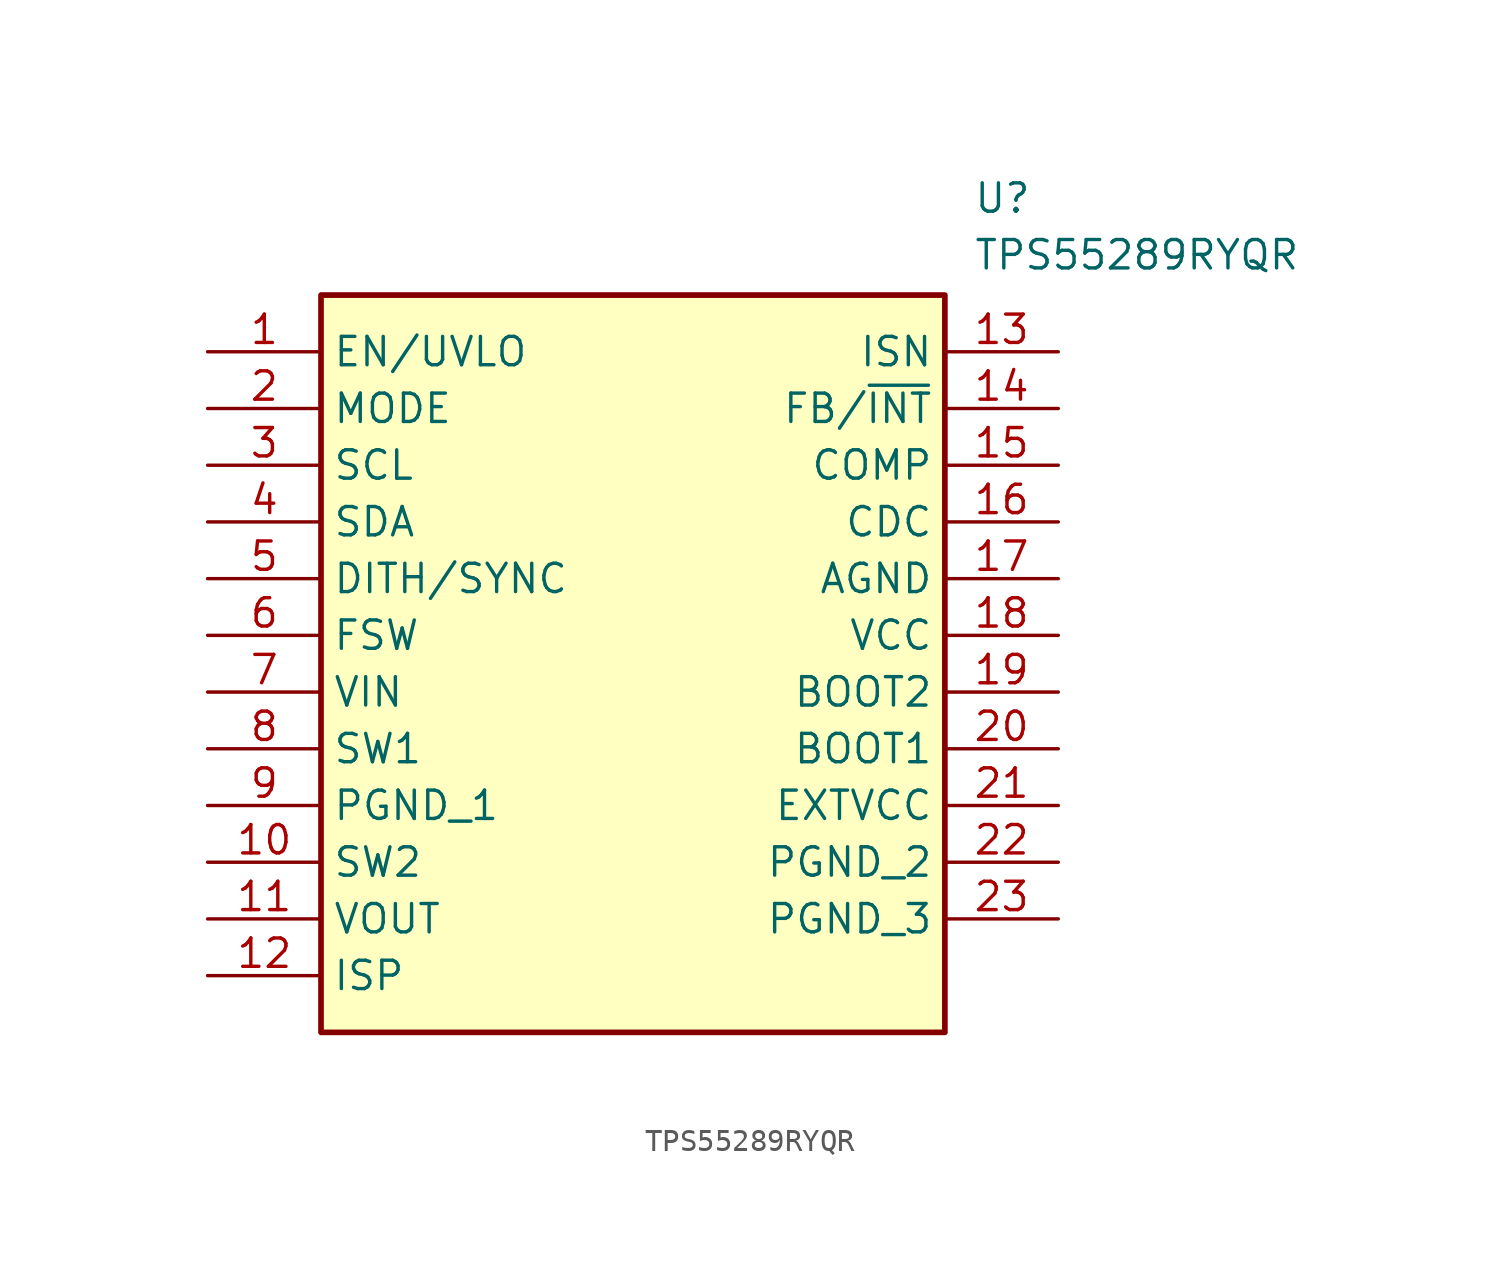
<source format=kicad_sym>
(kicad_symbol_lib
  (version 20241209)
  (generator "kicad_symbol_editor")
  (generator_version "9.0")
  (symbol "TPS55289RYQR"
    (property "Reference" "U"
      (at 34.29 7.62 0)
      (effects (font (size 1.27 1.27)) (justify left top)))
    (property "Value" "TPS55289RYQR"
      (at 34.29 5.08 0)
      (effects (font (size 1.27 1.27)) (justify left top)))
    (symbol "TPS55289RYQR_1_1"
      (rectangle (start 5.08 2.54) (end 33.02 -30.48) (stroke (width 0.254) (type default)) (fill (type background)))
      (pin passive line (at 0 0 0) (length 5.08) (name "EN/UVLO" (effects (font (size 1.27 1.27)))) (number "1" (effects (font (size 1.27 1.27)))))
      (pin passive line (at 0 -2.54 0) (length 5.08) (name "MODE" (effects (font (size 1.27 1.27)))) (number "2" (effects (font (size 1.27 1.27)))))
      (pin passive line (at 0 -5.08 0) (length 5.08) (name "SCL" (effects (font (size 1.27 1.27)))) (number "3" (effects (font (size 1.27 1.27)))))
      (pin passive line (at 0 -7.62 0) (length 5.08) (name "SDA" (effects (font (size 1.27 1.27)))) (number "4" (effects (font (size 1.27 1.27)))))
      (pin passive line (at 0 -10.16 0) (length 5.08) (name "DITH/SYNC" (effects (font (size 1.27 1.27)))) (number "5" (effects (font (size 1.27 1.27)))))
      (pin passive line (at 0 -12.7 0) (length 5.08) (name "FSW" (effects (font (size 1.27 1.27)))) (number "6" (effects (font (size 1.27 1.27)))))
      (pin passive line (at 0 -15.24 0) (length 5.08) (name "VIN" (effects (font (size 1.27 1.27)))) (number "7" (effects (font (size 1.27 1.27)))))
      (pin passive line (at 0 -17.78 0) (length 5.08) (name "SW1" (effects (font (size 1.27 1.27)))) (number "8" (effects (font (size 1.27 1.27)))))
      (pin passive line (at 0 -20.32 0) (length 5.08) (name "PGND_1" (effects (font (size 1.27 1.27)))) (number "9" (effects (font (size 1.27 1.27)))))
      (pin passive line (at 0 -22.86 0) (length 5.08) (name "SW2" (effects (font (size 1.27 1.27)))) (number "10" (effects (font (size 1.27 1.27)))))
      (pin passive line (at 0 -25.4 0) (length 5.08) (name "VOUT" (effects (font (size 1.27 1.27)))) (number "11" (effects (font (size 1.27 1.27)))))
      (pin passive line (at 0 -27.94 0) (length 5.08) (name "ISP" (effects (font (size 1.27 1.27)))) (number "12" (effects (font (size 1.27 1.27)))))
      (pin passive line (at 38.1 0 180) (length 5.08) (name "ISN" (effects (font (size 1.27 1.27)))) (number "13" (effects (font (size 1.27 1.27)))))
      (pin passive line (at 38.1 -2.54 180) (length 5.08) (name "FB/~{INT}" (effects (font (size 1.27 1.27)))) (number "14" (effects (font (size 1.27 1.27)))))
      (pin passive line (at 38.1 -5.08 180) (length 5.08) (name "COMP" (effects (font (size 1.27 1.27)))) (number "15" (effects (font (size 1.27 1.27)))))
      (pin passive line (at 38.1 -7.62 180) (length 5.08) (name "CDC" (effects (font (size 1.27 1.27)))) (number "16" (effects (font (size 1.27 1.27)))))
      (pin passive line (at 38.1 -10.16 180) (length 5.08) (name "AGND" (effects (font (size 1.27 1.27)))) (number "17" (effects (font (size 1.27 1.27)))))
      (pin passive line (at 38.1 -12.7 180) (length 5.08) (name "VCC" (effects (font (size 1.27 1.27)))) (number "18" (effects (font (size 1.27 1.27)))))
      (pin passive line (at 38.1 -15.24 180) (length 5.08) (name "BOOT2" (effects (font (size 1.27 1.27)))) (number "19" (effects (font (size 1.27 1.27)))))
      (pin passive line (at 38.1 -17.78 180) (length 5.08) (name "BOOT1" (effects (font (size 1.27 1.27)))) (number "20" (effects (font (size 1.27 1.27)))))
      (pin passive line (at 38.1 -20.32 180) (length 5.08) (name "EXTVCC" (effects (font (size 1.27 1.27)))) (number "21" (effects (font (size 1.27 1.27)))))
      (pin passive line (at 38.1 -22.86 180) (length 5.08) (name "PGND_2" (effects (font (size 1.27 1.27)))) (number "22" (effects (font (size 1.27 1.27)))))
      (pin passive line (at 38.1 -25.4 180) (length 5.08) (name "PGND_3" (effects (font (size 1.27 1.27)))) (number "23" (effects (font (size 1.27 1.27))))))))
</source>
